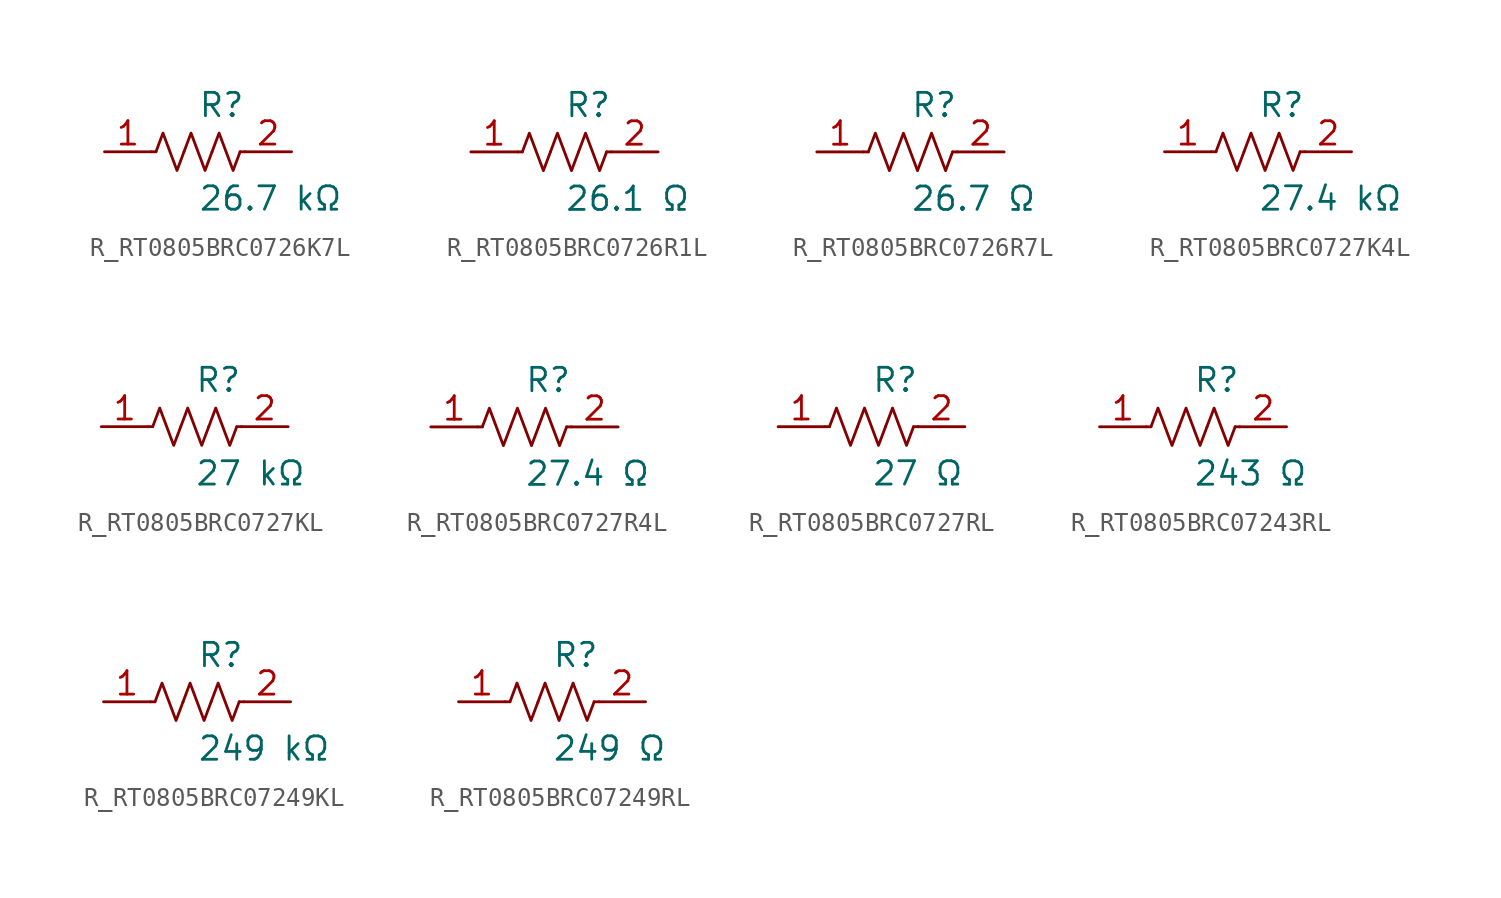
<source format=kicad_sym>
(kicad_symbol_lib
  (version 20231120)
  (generator kicad_symbol_editor)
  (generator_version 8.0)
  (symbol "R_RT0805BRC0726K7L"
    (pin_names
      (offset 0.254))
    (property "Reference" "R"
      (at 0 2.54 0)
      (effects (font (size 1.27 1.27)) (justify left)))
    (property "Value" "26.7 kΩ"
      (at 0 -2.54 0)
      (effects (font (size 1.27 1.27)) (justify left)))
    (symbol "R_RT0805BRC0726K7L_0_1"
      (polyline (pts (xy 2.286 0) (xy 2.54 0)) (stroke (width 0) (type default)) (fill (type none)))
      (polyline (pts (xy -2.286 0) (xy -2.54 0)) (stroke (width 0) (type default)) (fill (type none)))
      (polyline (pts (xy 0.762 0) (xy 1.143 1.016) (xy 1.524 0) (xy 1.905 -1.016) (xy 2.286 0)) (stroke (width 0) (type default)) (fill (type none)))
      (polyline (pts (xy -0.762 0) (xy -0.381 1.016) (xy 0 0) (xy 0.381 -1.016) (xy 0.762 0)) (stroke (width 0) (type default)) (fill (type none)))
      (polyline (pts (xy -2.286 0) (xy -1.905 1.016) (xy -1.524 0) (xy -1.143 -1.016) (xy -0.762 0)) (stroke (width 0) (type default)) (fill (type none))))
    (pin unspecified line
      (at -5.08 0 0)
      (length 2.54)
      (name "" (effects (font (size 1.27 1.27))))
      (number "1" (effects (font (size 1.27 1.27)))))
    (pin unspecified line
      (at 5.08 0 180)
      (length 2.54)
      (name "" (effects (font (size 1.27 1.27))))
      (number "2" (effects (font (size 1.27 1.27))))))
  (symbol "R_RT0805BRC0726R1L"
    (pin_names
      (offset 0.254))
    (property "Reference" "R"
      (at 0 2.54 0)
      (effects (font (size 1.27 1.27)) (justify left)))
    (property "Value" "26.1 Ω"
      (at 0 -2.54 0)
      (effects (font (size 1.27 1.27)) (justify left)))
    (symbol "R_RT0805BRC0726R1L_0_1"
      (polyline (pts (xy 2.286 0) (xy 2.54 0)) (stroke (width 0) (type default)) (fill (type none)))
      (polyline (pts (xy -2.286 0) (xy -2.54 0)) (stroke (width 0) (type default)) (fill (type none)))
      (polyline (pts (xy 0.762 0) (xy 1.143 1.016) (xy 1.524 0) (xy 1.905 -1.016) (xy 2.286 0)) (stroke (width 0) (type default)) (fill (type none)))
      (polyline (pts (xy -0.762 0) (xy -0.381 1.016) (xy 0 0) (xy 0.381 -1.016) (xy 0.762 0)) (stroke (width 0) (type default)) (fill (type none)))
      (polyline (pts (xy -2.286 0) (xy -1.905 1.016) (xy -1.524 0) (xy -1.143 -1.016) (xy -0.762 0)) (stroke (width 0) (type default)) (fill (type none))))
    (pin unspecified line
      (at -5.08 0 0)
      (length 2.54)
      (name "" (effects (font (size 1.27 1.27))))
      (number "1" (effects (font (size 1.27 1.27)))))
    (pin unspecified line
      (at 5.08 0 180)
      (length 2.54)
      (name "" (effects (font (size 1.27 1.27))))
      (number "2" (effects (font (size 1.27 1.27))))))
  (symbol "R_RT0805BRC0726R7L"
    (pin_names
      (offset 0.254))
    (property "Reference" "R"
      (at 0 2.54 0)
      (effects (font (size 1.27 1.27)) (justify left)))
    (property "Value" "26.7 Ω"
      (at 0 -2.54 0)
      (effects (font (size 1.27 1.27)) (justify left)))
    (symbol "R_RT0805BRC0726R7L_0_1"
      (polyline (pts (xy 2.286 0) (xy 2.54 0)) (stroke (width 0) (type default)) (fill (type none)))
      (polyline (pts (xy -2.286 0) (xy -2.54 0)) (stroke (width 0) (type default)) (fill (type none)))
      (polyline (pts (xy 0.762 0) (xy 1.143 1.016) (xy 1.524 0) (xy 1.905 -1.016) (xy 2.286 0)) (stroke (width 0) (type default)) (fill (type none)))
      (polyline (pts (xy -0.762 0) (xy -0.381 1.016) (xy 0 0) (xy 0.381 -1.016) (xy 0.762 0)) (stroke (width 0) (type default)) (fill (type none)))
      (polyline (pts (xy -2.286 0) (xy -1.905 1.016) (xy -1.524 0) (xy -1.143 -1.016) (xy -0.762 0)) (stroke (width 0) (type default)) (fill (type none))))
    (pin unspecified line
      (at -5.08 0 0)
      (length 2.54)
      (name "" (effects (font (size 1.27 1.27))))
      (number "1" (effects (font (size 1.27 1.27)))))
    (pin unspecified line
      (at 5.08 0 180)
      (length 2.54)
      (name "" (effects (font (size 1.27 1.27))))
      (number "2" (effects (font (size 1.27 1.27))))))
  (symbol "R_RT0805BRC0727K4L"
    (pin_names
      (offset 0.254))
    (property "Reference" "R"
      (at 0 2.54 0)
      (effects (font (size 1.27 1.27)) (justify left)))
    (property "Value" "27.4 kΩ"
      (at 0 -2.54 0)
      (effects (font (size 1.27 1.27)) (justify left)))
    (symbol "R_RT0805BRC0727K4L_0_1"
      (polyline (pts (xy 2.286 0) (xy 2.54 0)) (stroke (width 0) (type default)) (fill (type none)))
      (polyline (pts (xy -2.286 0) (xy -2.54 0)) (stroke (width 0) (type default)) (fill (type none)))
      (polyline (pts (xy 0.762 0) (xy 1.143 1.016) (xy 1.524 0) (xy 1.905 -1.016) (xy 2.286 0)) (stroke (width 0) (type default)) (fill (type none)))
      (polyline (pts (xy -0.762 0) (xy -0.381 1.016) (xy 0 0) (xy 0.381 -1.016) (xy 0.762 0)) (stroke (width 0) (type default)) (fill (type none)))
      (polyline (pts (xy -2.286 0) (xy -1.905 1.016) (xy -1.524 0) (xy -1.143 -1.016) (xy -0.762 0)) (stroke (width 0) (type default)) (fill (type none))))
    (pin unspecified line
      (at -5.08 0 0)
      (length 2.54)
      (name "" (effects (font (size 1.27 1.27))))
      (number "1" (effects (font (size 1.27 1.27)))))
    (pin unspecified line
      (at 5.08 0 180)
      (length 2.54)
      (name "" (effects (font (size 1.27 1.27))))
      (number "2" (effects (font (size 1.27 1.27))))))
  (symbol "R_RT0805BRC0727KL"
    (pin_names
      (offset 0.254))
    (property "Reference" "R"
      (at 0 2.54 0)
      (effects (font (size 1.27 1.27)) (justify left)))
    (property "Value" "27 kΩ"
      (at 0 -2.54 0)
      (effects (font (size 1.27 1.27)) (justify left)))
    (symbol "R_RT0805BRC0727KL_0_1"
      (polyline (pts (xy 2.286 0) (xy 2.54 0)) (stroke (width 0) (type default)) (fill (type none)))
      (polyline (pts (xy -2.286 0) (xy -2.54 0)) (stroke (width 0) (type default)) (fill (type none)))
      (polyline (pts (xy 0.762 0) (xy 1.143 1.016) (xy 1.524 0) (xy 1.905 -1.016) (xy 2.286 0)) (stroke (width 0) (type default)) (fill (type none)))
      (polyline (pts (xy -0.762 0) (xy -0.381 1.016) (xy 0 0) (xy 0.381 -1.016) (xy 0.762 0)) (stroke (width 0) (type default)) (fill (type none)))
      (polyline (pts (xy -2.286 0) (xy -1.905 1.016) (xy -1.524 0) (xy -1.143 -1.016) (xy -0.762 0)) (stroke (width 0) (type default)) (fill (type none))))
    (pin unspecified line
      (at -5.08 0 0)
      (length 2.54)
      (name "" (effects (font (size 1.27 1.27))))
      (number "1" (effects (font (size 1.27 1.27)))))
    (pin unspecified line
      (at 5.08 0 180)
      (length 2.54)
      (name "" (effects (font (size 1.27 1.27))))
      (number "2" (effects (font (size 1.27 1.27))))))
  (symbol "R_RT0805BRC0727R4L"
    (pin_names
      (offset 0.254))
    (property "Reference" "R"
      (at 0 2.54 0)
      (effects (font (size 1.27 1.27)) (justify left)))
    (property "Value" "27.4 Ω"
      (at 0 -2.54 0)
      (effects (font (size 1.27 1.27)) (justify left)))
    (symbol "R_RT0805BRC0727R4L_0_1"
      (polyline (pts (xy 2.286 0) (xy 2.54 0)) (stroke (width 0) (type default)) (fill (type none)))
      (polyline (pts (xy -2.286 0) (xy -2.54 0)) (stroke (width 0) (type default)) (fill (type none)))
      (polyline (pts (xy 0.762 0) (xy 1.143 1.016) (xy 1.524 0) (xy 1.905 -1.016) (xy 2.286 0)) (stroke (width 0) (type default)) (fill (type none)))
      (polyline (pts (xy -0.762 0) (xy -0.381 1.016) (xy 0 0) (xy 0.381 -1.016) (xy 0.762 0)) (stroke (width 0) (type default)) (fill (type none)))
      (polyline (pts (xy -2.286 0) (xy -1.905 1.016) (xy -1.524 0) (xy -1.143 -1.016) (xy -0.762 0)) (stroke (width 0) (type default)) (fill (type none))))
    (pin unspecified line
      (at -5.08 0 0)
      (length 2.54)
      (name "" (effects (font (size 1.27 1.27))))
      (number "1" (effects (font (size 1.27 1.27)))))
    (pin unspecified line
      (at 5.08 0 180)
      (length 2.54)
      (name "" (effects (font (size 1.27 1.27))))
      (number "2" (effects (font (size 1.27 1.27))))))
  (symbol "R_RT0805BRC0727RL"
    (pin_names
      (offset 0.254))
    (property "Reference" "R"
      (at 0 2.54 0)
      (effects (font (size 1.27 1.27)) (justify left)))
    (property "Value" "27 Ω"
      (at 0 -2.54 0)
      (effects (font (size 1.27 1.27)) (justify left)))
    (symbol "R_RT0805BRC0727RL_0_1"
      (polyline (pts (xy 2.286 0) (xy 2.54 0)) (stroke (width 0) (type default)) (fill (type none)))
      (polyline (pts (xy -2.286 0) (xy -2.54 0)) (stroke (width 0) (type default)) (fill (type none)))
      (polyline (pts (xy 0.762 0) (xy 1.143 1.016) (xy 1.524 0) (xy 1.905 -1.016) (xy 2.286 0)) (stroke (width 0) (type default)) (fill (type none)))
      (polyline (pts (xy -0.762 0) (xy -0.381 1.016) (xy 0 0) (xy 0.381 -1.016) (xy 0.762 0)) (stroke (width 0) (type default)) (fill (type none)))
      (polyline (pts (xy -2.286 0) (xy -1.905 1.016) (xy -1.524 0) (xy -1.143 -1.016) (xy -0.762 0)) (stroke (width 0) (type default)) (fill (type none))))
    (pin unspecified line
      (at -5.08 0 0)
      (length 2.54)
      (name "" (effects (font (size 1.27 1.27))))
      (number "1" (effects (font (size 1.27 1.27)))))
    (pin unspecified line
      (at 5.08 0 180)
      (length 2.54)
      (name "" (effects (font (size 1.27 1.27))))
      (number "2" (effects (font (size 1.27 1.27))))))
  (symbol "R_RT0805BRC07243RL"
    (pin_names
      (offset 0.254))
    (property "Reference" "R"
      (at 0 2.54 0)
      (effects (font (size 1.27 1.27)) (justify left)))
    (property "Value" "243 Ω"
      (at 0 -2.54 0)
      (effects (font (size 1.27 1.27)) (justify left)))
    (symbol "R_RT0805BRC07243RL_0_1"
      (polyline (pts (xy 2.286 0) (xy 2.54 0)) (stroke (width 0) (type default)) (fill (type none)))
      (polyline (pts (xy -2.286 0) (xy -2.54 0)) (stroke (width 0) (type default)) (fill (type none)))
      (polyline (pts (xy 0.762 0) (xy 1.143 1.016) (xy 1.524 0) (xy 1.905 -1.016) (xy 2.286 0)) (stroke (width 0) (type default)) (fill (type none)))
      (polyline (pts (xy -0.762 0) (xy -0.381 1.016) (xy 0 0) (xy 0.381 -1.016) (xy 0.762 0)) (stroke (width 0) (type default)) (fill (type none)))
      (polyline (pts (xy -2.286 0) (xy -1.905 1.016) (xy -1.524 0) (xy -1.143 -1.016) (xy -0.762 0)) (stroke (width 0) (type default)) (fill (type none))))
    (pin unspecified line
      (at -5.08 0 0)
      (length 2.54)
      (name "" (effects (font (size 1.27 1.27))))
      (number "1" (effects (font (size 1.27 1.27)))))
    (pin unspecified line
      (at 5.08 0 180)
      (length 2.54)
      (name "" (effects (font (size 1.27 1.27))))
      (number "2" (effects (font (size 1.27 1.27))))))
  (symbol "R_RT0805BRC07249KL"
    (pin_names
      (offset 0.254))
    (property "Reference" "R"
      (at 0 2.54 0)
      (effects (font (size 1.27 1.27)) (justify left)))
    (property "Value" "249 kΩ"
      (at 0 -2.54 0)
      (effects (font (size 1.27 1.27)) (justify left)))
    (symbol "R_RT0805BRC07249KL_0_1"
      (polyline (pts (xy 2.286 0) (xy 2.54 0)) (stroke (width 0) (type default)) (fill (type none)))
      (polyline (pts (xy -2.286 0) (xy -2.54 0)) (stroke (width 0) (type default)) (fill (type none)))
      (polyline (pts (xy 0.762 0) (xy 1.143 1.016) (xy 1.524 0) (xy 1.905 -1.016) (xy 2.286 0)) (stroke (width 0) (type default)) (fill (type none)))
      (polyline (pts (xy -0.762 0) (xy -0.381 1.016) (xy 0 0) (xy 0.381 -1.016) (xy 0.762 0)) (stroke (width 0) (type default)) (fill (type none)))
      (polyline (pts (xy -2.286 0) (xy -1.905 1.016) (xy -1.524 0) (xy -1.143 -1.016) (xy -0.762 0)) (stroke (width 0) (type default)) (fill (type none))))
    (pin unspecified line
      (at -5.08 0 0)
      (length 2.54)
      (name "" (effects (font (size 1.27 1.27))))
      (number "1" (effects (font (size 1.27 1.27)))))
    (pin unspecified line
      (at 5.08 0 180)
      (length 2.54)
      (name "" (effects (font (size 1.27 1.27))))
      (number "2" (effects (font (size 1.27 1.27))))))
  (symbol "R_RT0805BRC07249RL"
    (pin_names
      (offset 0.254))
    (property "Reference" "R"
      (at 0 2.54 0)
      (effects (font (size 1.27 1.27)) (justify left)))
    (property "Value" "249 Ω"
      (at 0 -2.54 0)
      (effects (font (size 1.27 1.27)) (justify left)))
    (symbol "R_RT0805BRC07249RL_0_1"
      (polyline (pts (xy 2.286 0) (xy 2.54 0)) (stroke (width 0) (type default)) (fill (type none)))
      (polyline (pts (xy -2.286 0) (xy -2.54 0)) (stroke (width 0) (type default)) (fill (type none)))
      (polyline (pts (xy 0.762 0) (xy 1.143 1.016) (xy 1.524 0) (xy 1.905 -1.016) (xy 2.286 0)) (stroke (width 0) (type default)) (fill (type none)))
      (polyline (pts (xy -0.762 0) (xy -0.381 1.016) (xy 0 0) (xy 0.381 -1.016) (xy 0.762 0)) (stroke (width 0) (type default)) (fill (type none)))
      (polyline (pts (xy -2.286 0) (xy -1.905 1.016) (xy -1.524 0) (xy -1.143 -1.016) (xy -0.762 0)) (stroke (width 0) (type default)) (fill (type none))))
    (pin unspecified line
      (at -5.08 0 0)
      (length 2.54)
      (name "" (effects (font (size 1.27 1.27))))
      (number "1" (effects (font (size 1.27 1.27)))))
    (pin unspecified line
      (at 5.08 0 180)
      (length 2.54)
      (name "" (effects (font (size 1.27 1.27))))
      (number "2" (effects (font (size 1.27 1.27)))))))
</source>
